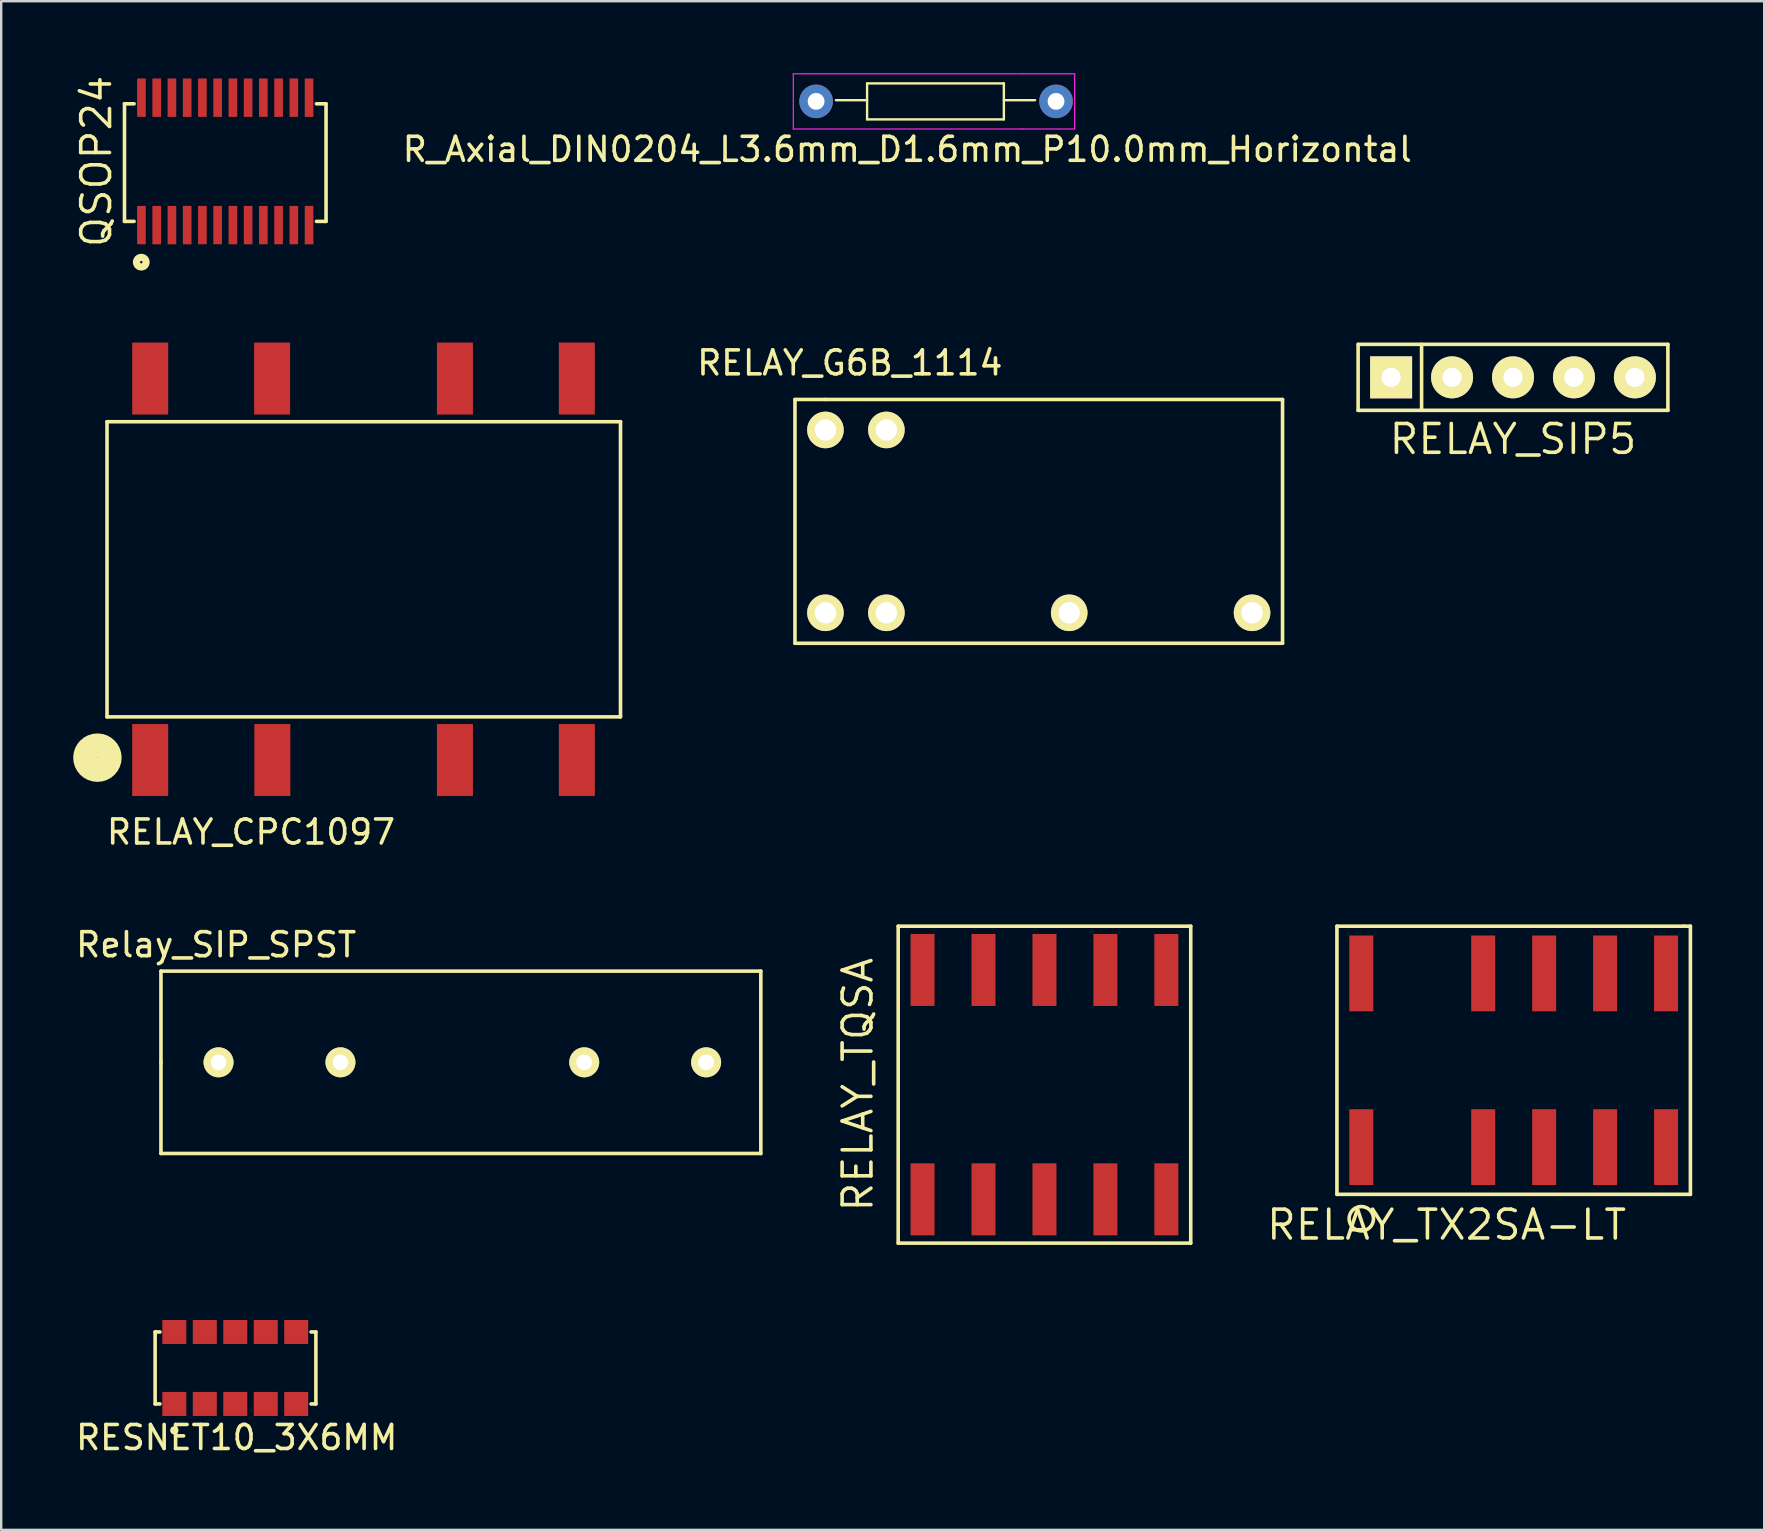
<source format=kicad_pcb>
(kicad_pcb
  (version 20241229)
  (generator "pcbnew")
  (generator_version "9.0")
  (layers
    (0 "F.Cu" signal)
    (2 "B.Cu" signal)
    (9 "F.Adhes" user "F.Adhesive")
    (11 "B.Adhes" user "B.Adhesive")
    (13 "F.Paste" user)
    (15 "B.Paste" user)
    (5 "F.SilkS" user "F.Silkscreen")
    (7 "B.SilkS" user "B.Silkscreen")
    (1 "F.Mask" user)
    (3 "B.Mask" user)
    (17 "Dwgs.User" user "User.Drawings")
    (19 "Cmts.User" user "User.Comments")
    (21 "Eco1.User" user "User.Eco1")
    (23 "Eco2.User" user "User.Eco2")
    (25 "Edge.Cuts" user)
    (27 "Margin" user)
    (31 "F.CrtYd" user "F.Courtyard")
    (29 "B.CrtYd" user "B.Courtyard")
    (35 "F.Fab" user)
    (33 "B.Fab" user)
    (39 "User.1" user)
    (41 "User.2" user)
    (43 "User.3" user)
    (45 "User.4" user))
  (footprint "RESNET10_3X6MM"
    (layer "F.Cu")
    (at 4.215 52.461)
    (property "Reference" "RESNET10_3X6MM" (at 2.6 4.4 0) (layer "F.SilkS") (effects (font (size 1 1) (thickness 0.15))))
    (attr through_hole)
    (fp_line (start -0.8 0) (end -0.8 3) (stroke (width 0.15) (type solid)) (layer "F.SilkS"))
    (fp_line (start -0.8 3) (end -0.6 3) (stroke (width 0.15) (type solid)) (layer "F.SilkS"))
    (fp_line (start -0.6 0) (end -0.8 0) (stroke (width 0.15) (type solid)) (layer "F.SilkS"))
    (fp_line (start 5.7 0) (end 5.9 0) (stroke (width 0.15) (type solid)) (layer "F.SilkS"))
    (fp_line (start 5.9 0) (end 5.9 3) (stroke (width 0.15) (type solid)) (layer "F.SilkS"))
    (fp_line (start 5.9 3) (end 5.7 3) (stroke (width 0.15) (type solid)) (layer "F.SilkS"))
    (fp_circle (center 0 4.1) (end 0.1 4.1) (stroke (width 0.15) (type solid)) (fill no) (layer "F.SilkS"))
    (pad "1" smd rect (at 0 3) (size 1 1) (layers "F.Cu" "F.Mask" "F.Paste"))
    (pad "2" smd rect (at 1.27 3) (size 1 1) (layers "F.Cu" "F.Mask" "F.Paste"))
    (pad "3" smd rect (at 2.54 3) (size 1 1) (layers "F.Cu" "F.Mask" "F.Paste"))
    (pad "4" smd rect (at 3.81 3) (size 1 1) (layers "F.Cu" "F.Mask" "F.Paste"))
    (pad "5" smd rect (at 5.08 3) (size 1 1) (layers "F.Cu" "F.Mask" "F.Paste"))
    (pad "6" smd rect (at 5.08 0) (size 1 1) (layers "F.Cu" "F.Mask" "F.Paste"))
    (pad "7" smd rect (at 3.81 0) (size 1 1) (layers "F.Cu" "F.Mask" "F.Paste"))
    (pad "8" smd rect (at 2.54 0) (size 1 1) (layers "F.Cu" "F.Mask" "F.Paste"))
    (pad "9" smd rect (at 1.27 0) (size 1 1) (layers "F.Cu" "F.Mask" "F.Paste"))
    (pad "10" smd rect (at 0 0) (size 1 1) (layers "F.Cu" "F.Mask" "F.Paste")))
  (footprint "RELAY_TX2SA-LT"
    (layer "F.Cu")
    (at 60.034 41.138)
    (property "Reference" "RELAY_TX2SA-LT" (at -2.794 6.858 180) (layer "F.SilkS") (effects (font (size 1.2 1.2) (thickness 0.15))))
    (attr through_hole)
    (fp_line (start -7.366 -5.588) (end -7.366 5.588) (stroke (width 0.15) (type solid)) (layer "F.SilkS"))
    (fp_line (start -7.366 5.588) (end 7.366 5.588) (stroke (width 0.15) (type solid)) (layer "F.SilkS"))
    (fp_line (start 7.112 -5.588) (end -7.366 -5.588) (stroke (width 0.15) (type solid)) (layer "F.SilkS"))
    (fp_line (start 7.366 -5.588) (end 7.112 -5.588) (stroke (width 0.15) (type solid)) (layer "F.SilkS"))
    (fp_line (start 7.366 5.588) (end 7.366 -5.588) (stroke (width 0.15) (type solid)) (layer "F.SilkS"))
    (fp_circle (center -6.35 6.604) (end -5.842 6.604) (stroke (width 0.15) (type solid)) (fill no) (layer "F.SilkS"))
    (pad "1" smd rect (at -6.35 3.62) (size 1 3.16) (layers "F.Cu" "F.Mask" "F.Paste"))
    (pad "3" smd rect (at -1.27 3.62) (size 1 3.16) (layers "F.Cu" "F.Mask" "F.Paste"))
    (pad "4" smd rect (at 1.27 3.62) (size 1 3.16) (layers "F.Cu" "F.Mask" "F.Paste"))
    (pad "5" smd rect (at 3.81 3.62) (size 1 3.16) (layers "F.Cu" "F.Mask" "F.Paste"))
    (pad "6" smd rect (at 6.35 3.62) (size 1 3.16) (layers "F.Cu" "F.Mask" "F.Paste"))
    (pad "7" smd rect (at 6.35 -3.62) (size 1 3.16) (layers "F.Cu" "F.Mask" "F.Paste"))
    (pad "8" smd rect (at 3.81 -3.62) (size 1 3.16) (layers "F.Cu" "F.Mask" "F.Paste"))
    (pad "9" smd rect (at 1.27 -3.62) (size 1 3.16) (layers "F.Cu" "F.Mask" "F.Paste"))
    (pad "10" smd rect (at -1.27 -3.62) (size 1 3.16) (layers "F.Cu" "F.Mask" "F.Paste"))
    (pad "12" smd rect (at -6.35 -3.62) (size 1 3.16) (layers "F.Cu" "F.Mask" "F.Paste")))
  (footprint "RELAY_G6B_1114"
    (layer "F.Cu")
    (at 31.351 14.869)
    (property "Reference" "RELAY_G6B_1114" (at 1.016 -2.794 0) (layer "F.SilkS") (effects (font (size 1 1) (thickness 0.15))))
    (attr through_hole)
    (fp_line (start -1.27 -1.27) (end -1.27 8.89) (stroke (width 0.15) (type solid)) (layer "F.SilkS"))
    (fp_line (start -1.27 8.89) (end 19.05 8.89) (stroke (width 0.15) (type solid)) (layer "F.SilkS"))
    (fp_line (start 0 -1.27) (end -1.27 -1.27) (stroke (width 0.15) (type solid)) (layer "F.SilkS"))
    (fp_line (start 19.05 -1.27) (end 0 -1.27) (stroke (width 0.15) (type solid)) (layer "F.SilkS"))
    (fp_line (start 19.05 8.89) (end 19.05 -1.27) (stroke (width 0.15) (type solid)) (layer "F.SilkS"))
    (pad "1" thru_hole circle (at 0 0) (size 1.524 1.524) (drill 0.889) (layers "*.Cu" "*.Mask" "F.SilkS"))
    (pad "2" thru_hole circle (at 0 7.62) (size 1.524 1.524) (drill 0.889) (layers "*.Cu" "*.Mask" "F.SilkS"))
    (pad "3" thru_hole circle (at 2.54 0) (size 1.524 1.524) (drill 0.889) (layers "*.Cu" "*.Mask" "F.SilkS"))
    (pad "4" thru_hole circle (at 2.54 7.62) (size 1.524 1.524) (drill 0.889) (layers "*.Cu" "*.Mask" "F.SilkS"))
    (pad "5" thru_hole circle (at 10.16 7.62) (size 1.524 1.524) (drill 0.889) (layers "*.Cu" "*.Mask" "F.SilkS"))
    (pad "6" thru_hole circle (at 17.78 7.62) (size 1.524 1.524) (drill 0.889) (layers "*.Cu" "*.Mask" "F.SilkS")))
  (footprint "RELAY_CPC1097"
    (layer "F.Cu")
    (at 3.21 12.726)
    (property "Reference" "RELAY_CPC1097" (at 4.2 18.9 0) (layer "F.SilkS") (effects (font (size 1 1) (thickness 0.15))))
    (attr through_hole)
    (fp_line (start -1.8 1.8) (end 19.6 1.8) (stroke (width 0.15) (type solid)) (layer "F.SilkS"))
    (fp_line (start -1.8 14.1) (end -1.8 1.8) (stroke (width 0.15) (type solid)) (layer "F.SilkS"))
    (fp_line (start 19.6 1.8) (end 19.6 14.1) (stroke (width 0.15) (type solid)) (layer "F.SilkS"))
    (fp_line (start 19.6 14.1) (end -1.8 14.1) (stroke (width 0.15) (type solid)) (layer "F.SilkS"))
    (fp_circle (center -2.2 15.8) (end -1.7 15.7) (stroke (width 1) (type solid)) (fill no) (layer "F.SilkS"))
    (pad "1" smd rect (at 0 15.9) (size 1.5 3) (layers "F.Cu" "F.Mask" "F.Paste"))
    (pad "2" smd rect (at 5.09 15.9) (size 1.5 3) (layers "F.Cu" "F.Mask" "F.Paste"))
    (pad "3" smd rect (at 12.7 15.9) (size 1.5 3) (layers "F.Cu" "F.Mask" "F.Paste"))
    (pad "4" smd rect (at 17.78 15.9) (size 1.5 3) (layers "F.Cu" "F.Mask" "F.Paste"))
    (pad "5" smd rect (at 17.78 0) (size 1.5 3) (layers "F.Cu" "F.Mask" "F.Paste"))
    (pad "6" smd rect (at 12.7 0) (size 1.5 3) (layers "F.Cu" "F.Mask" "F.Paste"))
    (pad "7" smd rect (at 5.08 0) (size 1.5 3) (layers "F.Cu" "F.Mask" "F.Paste"))
    (pad "8" smd rect (at 0 0) (size 1.5 3) (layers "F.Cu" "F.Mask" "F.Paste")))
  (footprint "R_Axial_DIN0204_L3.6mm_D1.6mm_P10.0mm_Horizontal"
    (layer "F.Cu")
    (at 30.962 1.2)
    (property "Reference" "R_Axial_DIN0204_L3.6mm_D1.6mm_P10.0mm_Horizontal" (at 3.8 1.975 0) (layer "F.SilkS") (effects (font (size 1 1) (thickness 0.15))))
    (attr through_hole)
    (fp_line (start 2.125 -0.775) (end 7.825 -0.775) (stroke (width 0.1) (type solid)) (layer "F.SilkS"))
    (fp_line (start 2.125 -0.075) (end 0.825 -0.075) (stroke (width 0.1) (type solid)) (layer "F.SilkS"))
    (fp_line (start 2.125 0.725) (end 2.125 -0.775) (stroke (width 0.1) (type solid)) (layer "F.SilkS"))
    (fp_line (start 7.825 -0.775) (end 7.825 0.725) (stroke (width 0.1) (type solid)) (layer "F.SilkS"))
    (fp_line (start 7.825 -0.075) (end 9.125 -0.075) (stroke (width 0.1) (type solid)) (layer "F.SilkS"))
    (fp_line (start 7.825 0.725) (end 2.125 0.725) (stroke (width 0.1) (type solid)) (layer "F.SilkS"))
    (fp_line (start -0.95 -1.175) (end -0.95 1.125) (stroke (width 0.05) (type solid)) (layer "F.CrtYd"))
    (fp_line (start -0.95 1.125) (end 8.6 1.125) (stroke (width 0.05) (type solid)) (layer "F.CrtYd"))
    (fp_line (start 8.6 -1.175) (end -0.95 -1.175) (stroke (width 0.05) (type solid)) (layer "F.CrtYd"))
    (fp_line (start 8.6 -1.175) (end 10.775 -1.175) (stroke (width 0.05) (type solid)) (layer "F.CrtYd"))
    (fp_line (start 8.6 1.125) (end 10.775 1.125) (stroke (width 0.05) (type solid)) (layer "F.CrtYd"))
    (fp_line (start 10.775 1.125) (end 10.775 -1.175) (stroke (width 0.05) (type solid)) (layer "F.CrtYd"))
    (pad "1" thru_hole circle (at 0 -0.025) (size 1.4 1.4) (drill 0.7) (layers "*.Cu" "*.Mask"))
    (pad "2" thru_hole oval (at 10 -0.025) (size 1.4 1.4) (drill 0.7) (layers "*.Cu" "*.Mask")))
  (footprint "Relay_SIP_SPST"
    (layer "F.Cu")
    (at 6.058 41.223)
    (property "Reference" "Relay_SIP_SPST" (at -0.1 -4.9 0) (layer "F.SilkS") (effects (font (size 1 1) (thickness 0.15))))
    (attr through_hole)
    (fp_line (start -2.4 -3.8) (end 22.6 -3.8) (stroke (width 0.15) (type solid)) (layer "F.SilkS"))
    (fp_line (start -2.4 0) (end -2.4 -3.8) (stroke (width 0.15) (type solid)) (layer "F.SilkS"))
    (fp_line (start -2.4 3.8) (end -2.4 0) (stroke (width 0.15) (type solid)) (layer "F.SilkS"))
    (fp_line (start 22.6 -3.8) (end 22.6 3.8) (stroke (width 0.15) (type solid)) (layer "F.SilkS"))
    (fp_line (start 22.6 3.8) (end -2.4 3.8) (stroke (width 0.15) (type solid)) (layer "F.SilkS"))
    (pad "1" thru_hole circle (at 0 0) (size 1.25 1.25) (drill 0.65) (layers "*.Cu" "*.Mask" "F.SilkS"))
    (pad "2" thru_hole circle (at 5.08 0) (size 1.25 1.25) (drill 0.65) (layers "*.Cu" "*.Mask" "F.SilkS"))
    (pad "3" thru_hole circle (at 15.24 0) (size 1.25 1.25) (drill 0.65) (layers "*.Cu" "*.Mask" "F.SilkS"))
    (pad "4" thru_hole circle (at 20.32 0) (size 1.25 1.25) (drill 0.65) (layers "*.Cu" "*.Mask" "F.SilkS")))
  (footprint "RELAY_TQSA"
    (layer "F.Cu")
    (at 40.479 42.154)
    (property "Reference" "RELAY_TQSA" (at -7.78 0 90) (layer "F.SilkS") (effects (font (size 1.2 1.2) (thickness 0.15))))
    (attr through_hole)
    (fp_line (start -6.096 -6.604) (end -6.096 6.604) (stroke (width 0.15) (type solid)) (layer "F.SilkS"))
    (fp_line (start -6.096 6.604) (end 6.096 6.604) (stroke (width 0.15) (type solid)) (layer "F.SilkS"))
    (fp_line (start 6.096 -6.604) (end -6.096 -6.604) (stroke (width 0.15) (type solid)) (layer "F.SilkS"))
    (fp_line (start 6.096 6.604) (end 6.096 -6.604) (stroke (width 0.15) (type solid)) (layer "F.SilkS"))
    (pad "1" smd rect (at -5.08 4.78) (size 1 3) (layers "F.Cu" "F.Mask" "F.Paste"))
    (pad "2" smd rect (at -2.54 4.78) (size 1 3) (layers "F.Cu" "F.Mask" "F.Paste"))
    (pad "3" smd rect (at 0 4.78) (size 1 3) (layers "F.Cu" "F.Mask" "F.Paste"))
    (pad "4" smd rect (at 2.54 4.78) (size 1 3) (layers "F.Cu" "F.Mask" "F.Paste"))
    (pad "5" smd rect (at 5.08 4.78) (size 1 3) (layers "F.Cu" "F.Mask" "F.Paste"))
    (pad "6" smd rect (at 5.08 -4.78) (size 1 3) (layers "F.Cu" "F.Mask" "F.Paste"))
    (pad "7" smd rect (at 2.54 -4.78) (size 1 3) (layers "F.Cu" "F.Mask" "F.Paste"))
    (pad "8" smd rect (at 0 -4.78) (size 1 3) (layers "F.Cu" "F.Mask" "F.Paste"))
    (pad "9" smd rect (at -2.54 -4.78) (size 1 3) (layers "F.Cu" "F.Mask" "F.Paste"))
    (pad "10" smd rect (at -5.08 -4.78) (size 1 3) (layers "F.Cu" "F.Mask" "F.Paste")))
  (footprint "RELAY_SIP5"
    (layer "F.Cu")
    (at 60.006 12.676)
    (property "Reference" "RELAY_SIP5" (at 0 2.575 0) (layer "F.SilkS") (effects (font (size 1.2 1.2) (thickness 0.15))))
    (attr through_hole)
    (fp_line (start -6.455 -1.375) (end 6.455 -1.375) (stroke (width 0.15) (type solid)) (layer "F.SilkS"))
    (fp_line (start -6.455 1.375) (end -6.455 -1.375) (stroke (width 0.15) (type solid)) (layer "F.SilkS"))
    (fp_line (start -3.81 -1.375) (end -3.81 1.375) (stroke (width 0.15) (type solid)) (layer "F.SilkS"))
    (fp_line (start 6.455 -1.375) (end 6.455 1.375) (stroke (width 0.15) (type solid)) (layer "F.SilkS"))
    (fp_line (start 6.455 1.375) (end -6.455 1.375) (stroke (width 0.15) (type solid)) (layer "F.SilkS"))
    (pad "1" thru_hole rect (at -5.08 0) (size 1.75 1.75) (drill 0.8) (layers "*.Cu" "*.Mask" "F.SilkS"))
    (pad "2" thru_hole circle (at -2.54 0) (size 1.75 1.75) (drill 0.8) (layers "*.Cu" "*.Mask" "F.SilkS"))
    (pad "3" thru_hole circle (at 0 0) (size 1.75 1.75) (drill 0.8) (layers "*.Cu" "*.Mask" "F.SilkS"))
    (pad "4" thru_hole circle (at 2.54 0) (size 1.75 1.75) (drill 0.8) (layers "*.Cu" "*.Mask" "F.SilkS"))
    (pad "5" thru_hole circle (at 5.08 0) (size 1.75 1.75) (drill 0.8) (layers "*.Cu" "*.Mask" "F.SilkS")))
  (footprint "QSOP24"
    (layer "F.Cu")
    (at 6.338 3.676)
    (property "Reference" "QSOP24" (at -5.372 0 90) (layer "F.SilkS") (effects (font (size 1.2 1.2) (thickness 0.15))))
    (attr through_hole)
    (fp_line (start -4.2 -2.4) (end -4.2 2.5) (stroke (width 0.15) (type solid)) (layer "F.SilkS"))
    (fp_line (start -4.2 2.5) (end -3.8 2.5) (stroke (width 0.15) (type solid)) (layer "F.SilkS"))
    (fp_line (start -3.8 -2.4) (end -4.2 -2.4) (stroke (width 0.15) (type solid)) (layer "F.SilkS"))
    (fp_line (start 3.8 2.5) (end 4.2 2.5) (stroke (width 0.15) (type solid)) (layer "F.SilkS"))
    (fp_line (start 4.2 -2.4) (end 3.8 -2.4) (stroke (width 0.15) (type solid)) (layer "F.SilkS"))
    (fp_line (start 4.2 2.5) (end 4.2 -2.4) (stroke (width 0.15) (type solid)) (layer "F.SilkS"))
    (fp_circle (center -3.5 4.2) (end -3.3 4.2) (stroke (width 0.3) (type solid)) (fill no) (layer "F.SilkS"))
    (pad "1" smd rect (at -3.493 2.655) (size 0.36 1.6) (layers "F.Cu" "F.Mask" "F.Paste"))
    (pad "2" smd rect (at -2.857 2.655) (size 0.36 1.6) (layers "F.Cu" "F.Mask" "F.Paste"))
    (pad "3" smd rect (at -2.223 2.655) (size 0.36 1.6) (layers "F.Cu" "F.Mask" "F.Paste"))
    (pad "4" smd rect (at -1.587 2.655) (size 0.36 1.6) (layers "F.Cu" "F.Mask" "F.Paste"))
    (pad "5" smd rect (at -0.953 2.655) (size 0.36 1.6) (layers "F.Cu" "F.Mask" "F.Paste"))
    (pad "6" smd rect (at -0.318 2.655) (size 0.36 1.6) (layers "F.Cu" "F.Mask" "F.Paste"))
    (pad "7" smd rect (at 0.318 2.655) (size 0.36 1.6) (layers "F.Cu" "F.Mask" "F.Paste"))
    (pad "8" smd rect (at 0.953 2.655) (size 0.36 1.6) (layers "F.Cu" "F.Mask" "F.Paste"))
    (pad "9" smd rect (at 1.587 2.655) (size 0.36 1.6) (layers "F.Cu" "F.Mask" "F.Paste"))
    (pad "10" smd rect (at 2.223 2.655) (size 0.36 1.6) (layers "F.Cu" "F.Mask" "F.Paste"))
    (pad "11" smd rect (at 2.857 2.655) (size 0.36 1.6) (layers "F.Cu" "F.Mask" "F.Paste"))
    (pad "12" smd rect (at 3.493 2.655) (size 0.36 1.6) (layers "F.Cu" "F.Mask" "F.Paste"))
    (pad "13" smd rect (at 3.493 -2.655) (size 0.36 1.6) (layers "F.Cu" "F.Mask" "F.Paste"))
    (pad "14" smd rect (at 2.857 -2.655) (size 0.36 1.6) (layers "F.Cu" "F.Mask" "F.Paste"))
    (pad "15" smd rect (at 2.223 -2.655) (size 0.36 1.6) (layers "F.Cu" "F.Mask" "F.Paste"))
    (pad "16" smd rect (at 1.587 -2.655) (size 0.36 1.6) (layers "F.Cu" "F.Mask" "F.Paste"))
    (pad "17" smd rect (at 0.953 -2.655) (size 0.36 1.6) (layers "F.Cu" "F.Mask" "F.Paste"))
    (pad "18" smd rect (at 0.318 -2.655) (size 0.36 1.6) (layers "F.Cu" "F.Mask" "F.Paste"))
    (pad "19" smd rect (at -0.318 -2.655) (size 0.36 1.6) (layers "F.Cu" "F.Mask" "F.Paste"))
    (pad "20" smd rect (at -0.953 -2.655) (size 0.36 1.6) (layers "F.Cu" "F.Mask" "F.Paste"))
    (pad "21" smd rect (at -1.587 -2.655) (size 0.36 1.6) (layers "F.Cu" "F.Mask" "F.Paste"))
    (pad "22" smd rect (at -2.223 -2.655) (size 0.36 1.6) (layers "F.Cu" "F.Mask" "F.Paste"))
    (pad "23" smd rect (at -2.857 -2.655) (size 0.36 1.6) (layers "F.Cu" "F.Mask" "F.Paste"))
    (pad "24" smd rect (at -3.493 -2.655) (size 0.36 1.6) (layers "F.Cu" "F.Mask" "F.Paste")))
  (gr_rect
    (start -3 -3)
    (end 70.475 60.709)
    (stroke (width 0.1) (type default))
    (fill no)
    (layer "Edge.Cuts")))
</source>
